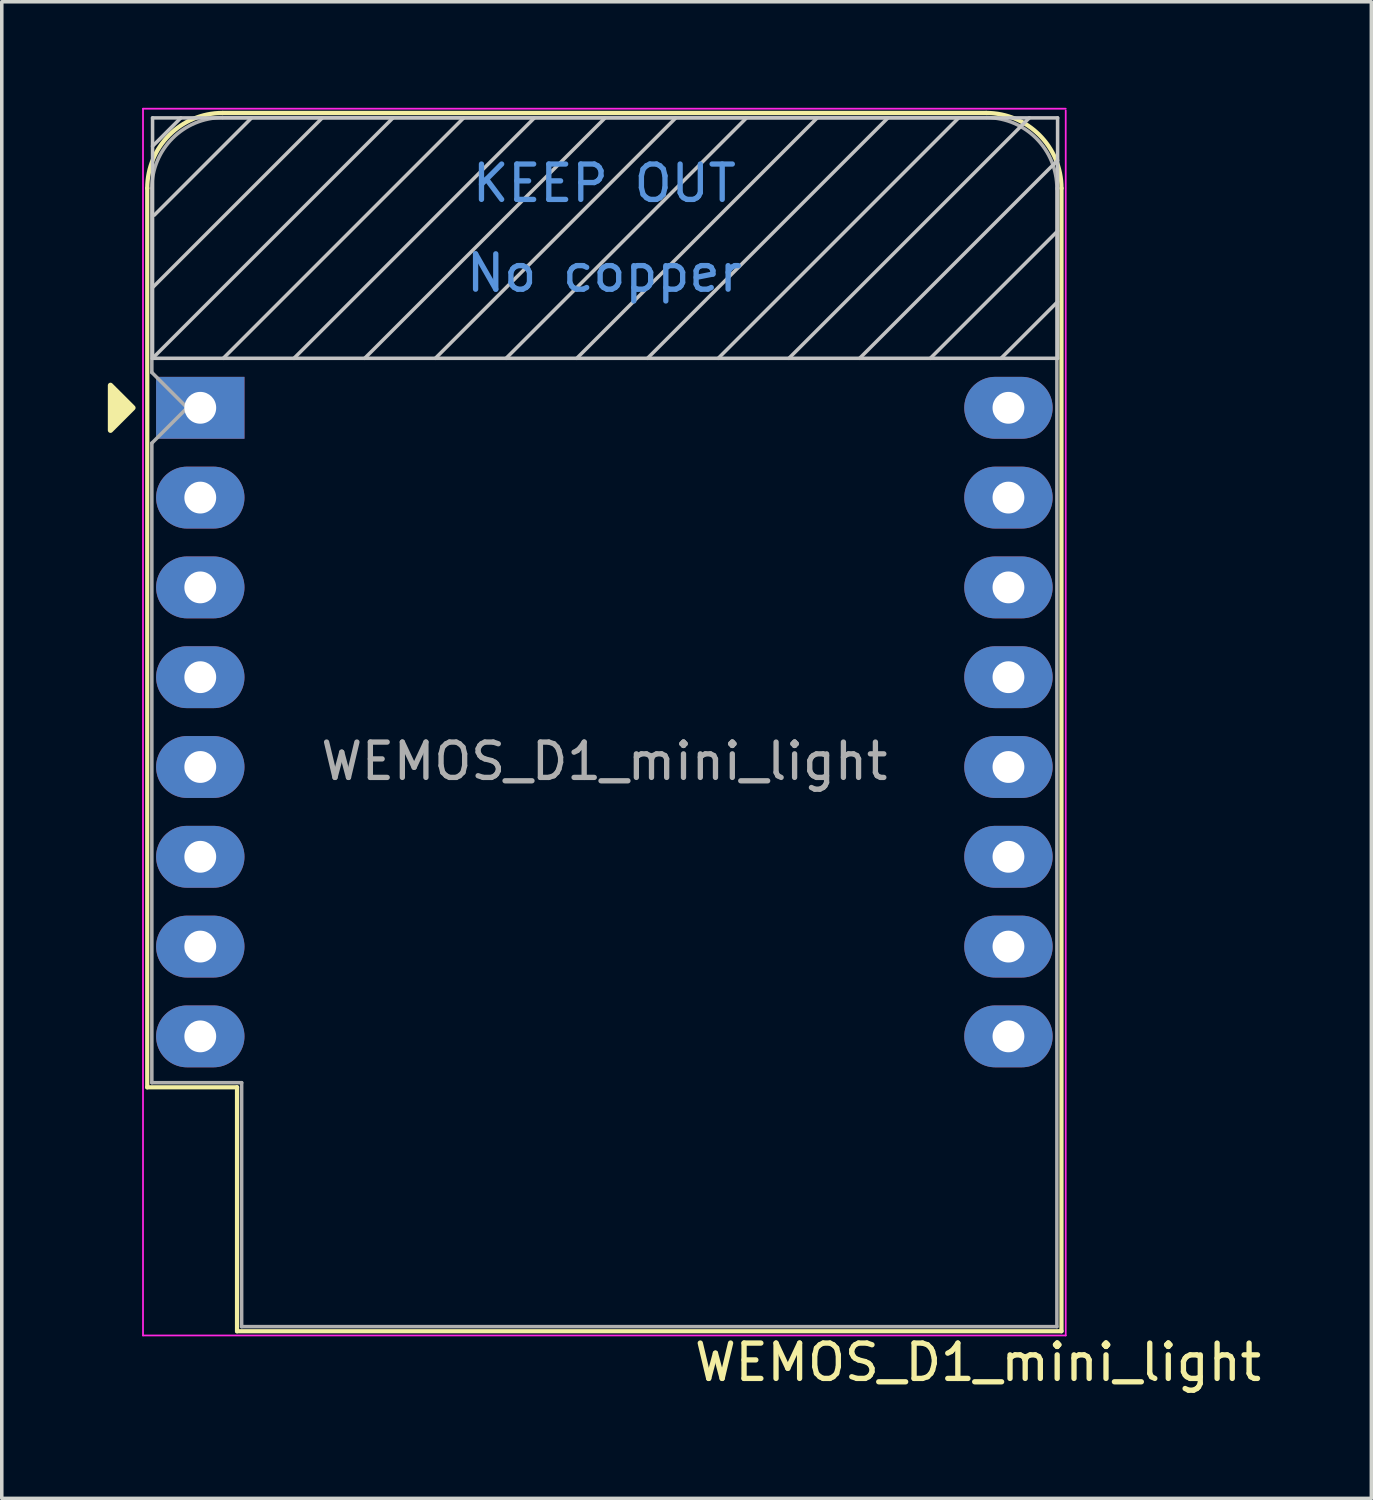
<source format=kicad_pcb>
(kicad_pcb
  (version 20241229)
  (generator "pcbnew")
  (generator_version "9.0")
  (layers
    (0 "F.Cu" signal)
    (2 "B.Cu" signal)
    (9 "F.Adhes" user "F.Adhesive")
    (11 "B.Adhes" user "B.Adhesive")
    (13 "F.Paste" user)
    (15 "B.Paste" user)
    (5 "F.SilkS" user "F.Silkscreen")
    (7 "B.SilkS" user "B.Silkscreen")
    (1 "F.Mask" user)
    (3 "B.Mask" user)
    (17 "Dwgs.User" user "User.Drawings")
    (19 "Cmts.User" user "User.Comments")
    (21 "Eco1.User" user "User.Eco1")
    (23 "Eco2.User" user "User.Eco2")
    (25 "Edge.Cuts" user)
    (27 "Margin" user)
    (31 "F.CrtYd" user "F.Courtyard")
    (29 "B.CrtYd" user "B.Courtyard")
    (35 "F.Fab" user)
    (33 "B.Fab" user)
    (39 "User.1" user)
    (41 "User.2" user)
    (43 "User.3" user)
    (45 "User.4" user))
  (footprint "WEMOS_D1_mini_light"
    (layer "F.Cu")
    (at 2.615 8.485)
    (property "Reference" "WEMOS_D1_mini_light" (at 22 27 0) (layer "F.SilkS") (effects (font (size 1 1) (thickness 0.15))))
    (attr through_hole)
    (fp_line (start -1.5 19.22) (end -1.5 -6.21) (stroke (width 0.12) (type solid)) (layer "F.SilkS"))
    (fp_line (start -1.5 19.22) (end 1.04 19.22) (stroke (width 0.12) (type solid)) (layer "F.SilkS"))
    (fp_line (start 1.04 19.22) (end 1.04 26.12) (stroke (width 0.12) (type solid)) (layer "F.SilkS"))
    (fp_line (start 1.04 26.12) (end 24.36 26.12) (stroke (width 0.12) (type solid)) (layer "F.SilkS"))
    (fp_line (start 22.24 -8.34) (end 0.63 -8.34) (stroke (width 0.12) (type solid)) (layer "F.SilkS"))
    (fp_line (start 24.36 26.12) (end 24.36 -6.21) (stroke (width 0.12) (type solid)) (layer "F.SilkS"))
    (fp_arc (start -1.5 -6.21) (mid -0.876137 -7.716137) (end 0.63 -8.34) (stroke (width 0.12) (type solid)) (layer "F.SilkS"))
    (fp_arc (start 22.23 -8.34) (mid 23.736137 -7.716137) (end 24.36 -6.21) (stroke (width 0.12) (type solid)) (layer "F.SilkS"))
    (fp_poly (pts (xy -2.54 -0.635) (xy -2.54 0.635) (xy -1.905 0)) (stroke (width 0.15) (type solid)) (fill yes) (layer "F.SilkS"))
    (fp_line (start -1.35 -8.2) (end -1.35 -1.4) (stroke (width 0.1) (type solid)) (layer "Dwgs.User"))
    (fp_line (start -1.35 -7.4) (end -0.55 -8.2) (stroke (width 0.1) (type solid)) (layer "Dwgs.User"))
    (fp_line (start -1.35 -3.4) (end 3.45 -8.2) (stroke (width 0.1) (type solid)) (layer "Dwgs.User"))
    (fp_line (start -1.35 -1.4) (end 5.45 -8.2) (stroke (width 0.1) (type solid)) (layer "Dwgs.User"))
    (fp_line (start -1.35 -1.4) (end 24.25 -1.4) (stroke (width 0.1) (type solid)) (layer "Dwgs.User"))
    (fp_line (start -1.3 -5.45) (end 1.45 -8.2) (stroke (width 0.1) (type solid)) (layer "Dwgs.User"))
    (fp_line (start 0.65 -1.4) (end 7.45 -8.2) (stroke (width 0.1) (type solid)) (layer "Dwgs.User"))
    (fp_line (start 2.65 -1.4) (end 9.45 -8.2) (stroke (width 0.1) (type solid)) (layer "Dwgs.User"))
    (fp_line (start 4.65 -1.4) (end 11.45 -8.2) (stroke (width 0.1) (type solid)) (layer "Dwgs.User"))
    (fp_line (start 6.65 -1.4) (end 13.45 -8.2) (stroke (width 0.1) (type solid)) (layer "Dwgs.User"))
    (fp_line (start 8.65 -1.4) (end 15.45 -8.2) (stroke (width 0.1) (type solid)) (layer "Dwgs.User"))
    (fp_line (start 10.65 -1.4) (end 17.45 -8.2) (stroke (width 0.1) (type solid)) (layer "Dwgs.User"))
    (fp_line (start 12.65 -1.4) (end 19.45 -8.2) (stroke (width 0.1) (type solid)) (layer "Dwgs.User"))
    (fp_line (start 14.65 -1.4) (end 21.45 -8.2) (stroke (width 0.1) (type solid)) (layer "Dwgs.User"))
    (fp_line (start 16.65 -1.4) (end 23.45 -8.2) (stroke (width 0.1) (type solid)) (layer "Dwgs.User"))
    (fp_line (start 18.65 -1.4) (end 24.25 -7) (stroke (width 0.1) (type solid)) (layer "Dwgs.User"))
    (fp_line (start 20.65 -1.4) (end 24.25 -5) (stroke (width 0.1) (type solid)) (layer "Dwgs.User"))
    (fp_line (start 22.65 -1.4) (end 24.25 -3) (stroke (width 0.1) (type solid)) (layer "Dwgs.User"))
    (fp_line (start 24.25 -8.2) (end -1.35 -8.2) (stroke (width 0.1) (type solid)) (layer "Dwgs.User"))
    (fp_line (start 24.25 -1.4) (end 24.25 -8.2) (stroke (width 0.1) (type solid)) (layer "Dwgs.User"))
    (fp_line (start -1.62 -8.46) (end 24.48 -8.46) (stroke (width 0.05) (type solid)) (layer "F.CrtYd"))
    (fp_line (start -1.62 26.24) (end -1.62 -8.46) (stroke (width 0.05) (type solid)) (layer "F.CrtYd"))
    (fp_line (start 24.48 -8.41) (end 24.48 26.24) (stroke (width 0.05) (type solid)) (layer "F.CrtYd"))
    (fp_line (start 24.48 26.24) (end -1.62 26.24) (stroke (width 0.05) (type solid)) (layer "F.CrtYd"))
    (fp_line (start -1.37 -6.21) (end -1.37 -1) (stroke (width 0.1) (type solid)) (layer "F.Fab"))
    (fp_line (start -1.37 1) (end -1.37 19.09) (stroke (width 0.1) (type solid)) (layer "F.Fab"))
    (fp_line (start -1.37 1) (end -0.37 0) (stroke (width 0.1) (type solid)) (layer "F.Fab"))
    (fp_line (start -1.37 19.09) (end 1.17 19.09) (stroke (width 0.1) (type solid)) (layer "F.Fab"))
    (fp_line (start -0.37 0) (end -1.37 -1) (stroke (width 0.1) (type solid)) (layer "F.Fab"))
    (fp_line (start 1.17 19.09) (end 1.17 25.99) (stroke (width 0.1) (type solid)) (layer "F.Fab"))
    (fp_line (start 1.17 25.99) (end 24.23 25.99) (stroke (width 0.1) (type solid)) (layer "F.Fab"))
    (fp_line (start 22.23 -8.21) (end 0.63 -8.21) (stroke (width 0.1) (type solid)) (layer "F.Fab"))
    (fp_line (start 24.23 25.99) (end 24.23 -6.21) (stroke (width 0.1) (type solid)) (layer "F.Fab"))
    (fp_arc (start -1.37 -6.21) (mid -0.784214 -7.624214) (end 0.63 -8.21) (stroke (width 0.1) (type solid)) (layer "F.Fab"))
    (fp_arc (start 22.25 -8.21) (mid 23.658356 -7.610071) (end 24.23 -6.19) (stroke (width 0.1) (type solid)) (layer "F.Fab"))
    (fp_text user "No copper" (at 11.43 -3.81 0) (layer "Cmts.User") (effects (font (size 1 1) (thickness 0.15))))
    (fp_text user "KEEP OUT" (at 11.43 -6.35 0) (layer "Cmts.User") (effects (font (size 1 1) (thickness 0.15))))
    (fp_text user "${REFERENCE}" (at 11.43 10 0) (layer "F.Fab") (effects (font (size 1 1) (thickness 0.15))))
    (pad "1" thru_hole rect (at 0 0) (size 2.5 1.75) (drill 0.9) (layers "*.Cu" "*.Mask"))
    (pad "2" thru_hole oval (at 0 2.54) (size 2.5 1.75) (drill 0.9) (layers "*.Cu" "*.Mask"))
    (pad "3" thru_hole oval (at 0 5.08) (size 2.5 1.75) (drill 0.9) (layers "*.Cu" "*.Mask"))
    (pad "4" thru_hole oval (at 0 7.62) (size 2.5 1.75) (drill 0.9) (layers "*.Cu" "*.Mask"))
    (pad "5" thru_hole oval (at 0 10.16) (size 2.5 1.75) (drill 0.9) (layers "*.Cu" "*.Mask"))
    (pad "6" thru_hole oval (at 0 12.7) (size 2.5 1.75) (drill 0.9) (layers "*.Cu" "*.Mask"))
    (pad "7" thru_hole oval (at 0 15.24) (size 2.5 1.75) (drill 0.9) (layers "*.Cu" "*.Mask"))
    (pad "8" thru_hole oval (at 0 17.78) (size 2.5 1.75) (drill 0.9) (layers "*.Cu" "*.Mask"))
    (pad "9" thru_hole oval (at 22.86 17.78) (size 2.5 1.75) (drill 0.9) (layers "*.Cu" "*.Mask"))
    (pad "10" thru_hole oval (at 22.86 15.24) (size 2.5 1.75) (drill 0.9) (layers "*.Cu" "*.Mask"))
    (pad "11" thru_hole oval (at 22.86 12.7) (size 2.5 1.75) (drill 0.9) (layers "*.Cu" "*.Mask"))
    (pad "12" thru_hole oval (at 22.86 10.16) (size 2.5 1.75) (drill 0.9) (layers "*.Cu" "*.Mask"))
    (pad "13" thru_hole oval (at 22.86 7.62) (size 2.5 1.75) (drill 0.9) (layers "*.Cu" "*.Mask"))
    (pad "14" thru_hole oval (at 22.86 5.08) (size 2.5 1.75) (drill 0.9) (layers "*.Cu" "*.Mask"))
    (pad "15" thru_hole oval (at 22.86 2.54) (size 2.5 1.75) (drill 0.9) (layers "*.Cu" "*.Mask"))
    (pad "16" thru_hole oval (at 22.86 0) (size 2.5 1.75) (drill 0.9) (layers "*.Cu" "*.Mask")))
  (gr_rect
    (start -3 -3)
    (end 35.74 39.333)
    (stroke (width 0.1) (type default))
    (fill no)
    (layer "Edge.Cuts")))
</source>
